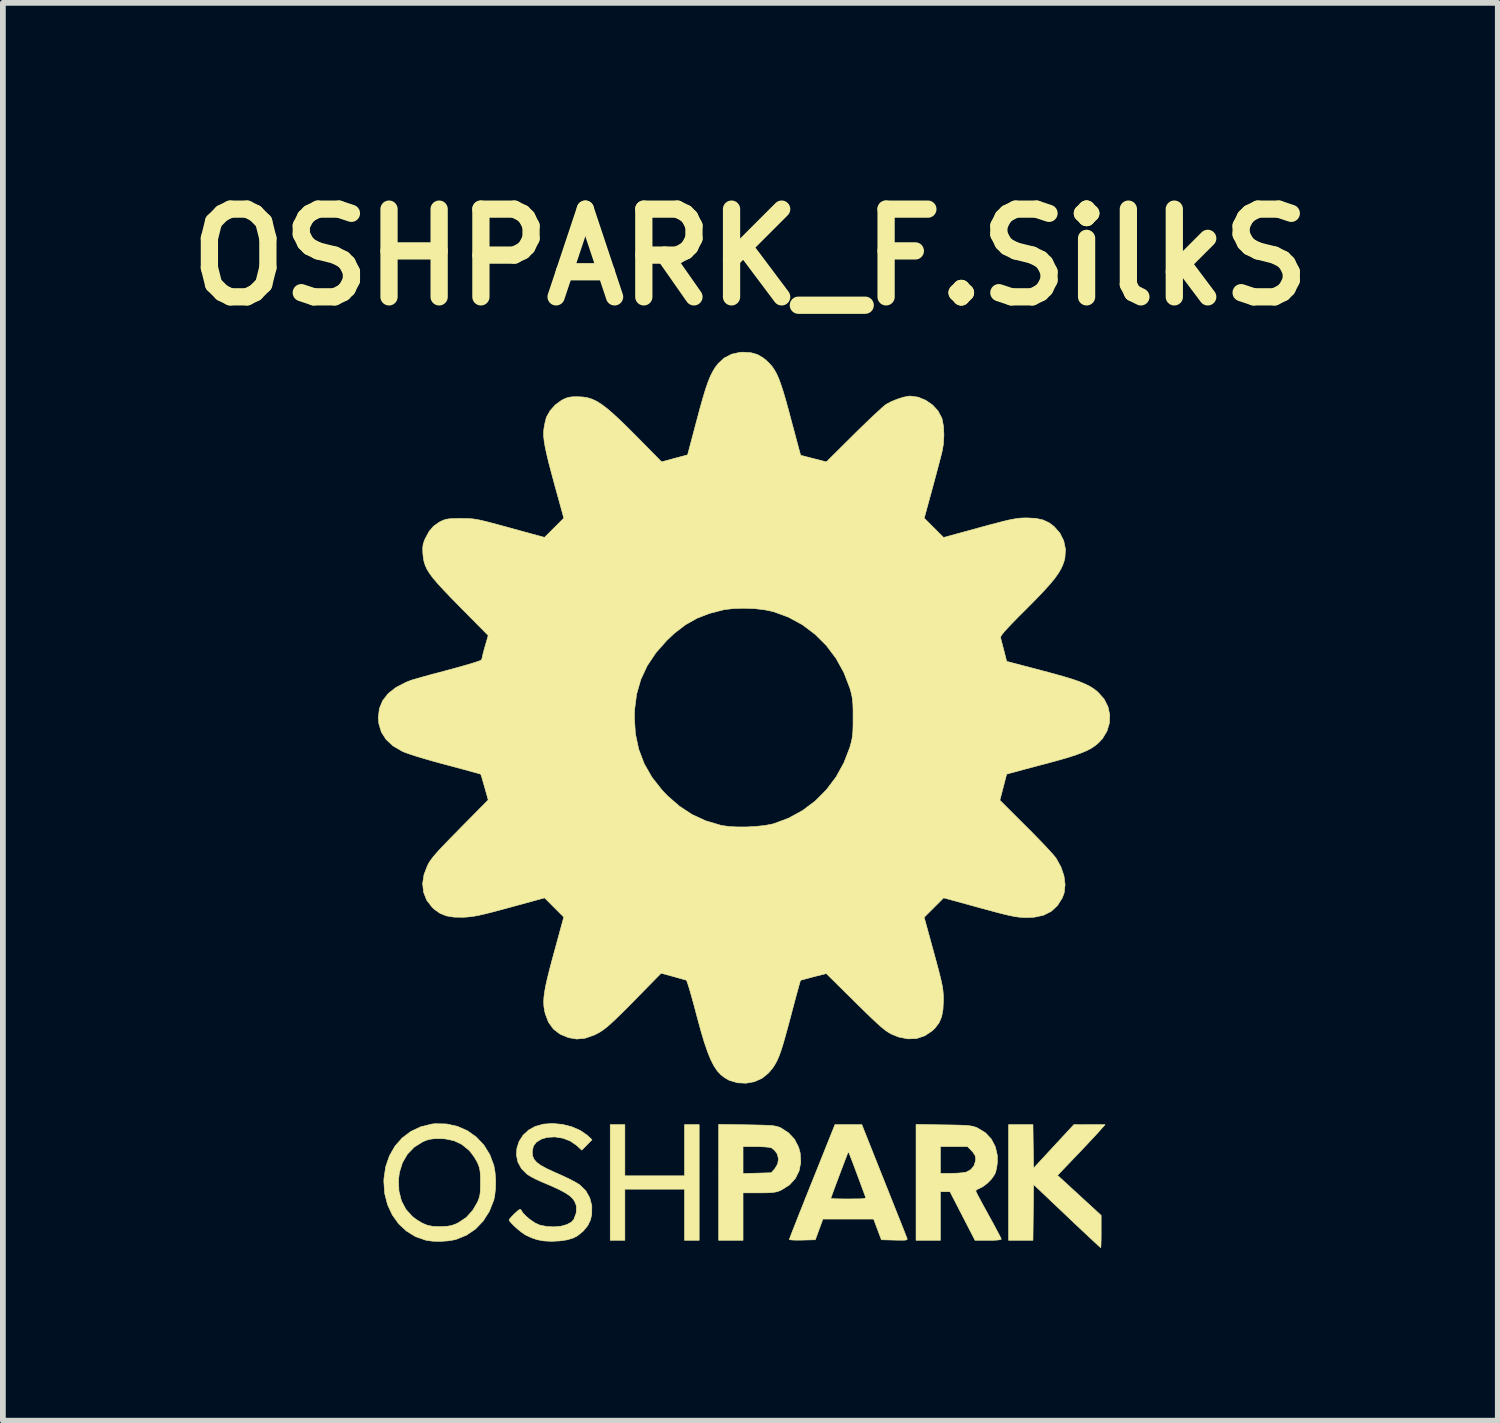
<source format=kicad_pcb>
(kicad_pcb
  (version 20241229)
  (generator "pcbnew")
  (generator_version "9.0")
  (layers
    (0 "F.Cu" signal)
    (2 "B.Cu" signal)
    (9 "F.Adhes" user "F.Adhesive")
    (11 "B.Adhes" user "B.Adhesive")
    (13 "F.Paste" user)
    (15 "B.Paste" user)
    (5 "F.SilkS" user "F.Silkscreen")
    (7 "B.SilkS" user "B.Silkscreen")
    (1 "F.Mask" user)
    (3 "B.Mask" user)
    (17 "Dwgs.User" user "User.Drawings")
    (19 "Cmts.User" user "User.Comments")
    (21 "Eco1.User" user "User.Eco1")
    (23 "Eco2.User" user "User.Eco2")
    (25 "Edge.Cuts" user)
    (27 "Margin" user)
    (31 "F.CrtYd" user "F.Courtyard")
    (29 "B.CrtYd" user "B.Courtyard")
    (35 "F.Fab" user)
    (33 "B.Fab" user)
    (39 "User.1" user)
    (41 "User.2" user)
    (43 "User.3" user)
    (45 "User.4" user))
  (footprint "OSHPARK_F.SilkS"
    (layer "F.Cu")
    (at 9.986 9.038)
    (property "Reference" "OSHPARK_F.SilkS" (at 0 -7.62 0) (layer "F.SilkS") (effects (font (size 1.524 1.524) (thickness 0.3))))
    (attr through_hole)
    (fp_poly (pts (xy -2.18 8.34) (xy -1.143 8.34) (xy -1.143 7.451) (xy -0.889 7.451) (xy -0.889 9.461) (xy -1.143 9.461) (xy -1.143 8.572) (xy -2.18 8.572) (xy -2.18 9.461) (xy -2.434 9.461) (xy -2.434 7.451) (xy -2.18 7.451) (xy -2.18 8.34)) (stroke (width 0.01) (type solid)) (fill yes) (layer "F.SilkS"))
    (fp_poly (pts (xy 4.915 7.829) (xy 4.921 8.207) (xy 5.62 7.452) (xy 5.892 7.451) (xy 6.163 7.451) (xy 6.071 7.555) (xy 6.029 7.602) (xy 5.963 7.673) (xy 5.88 7.762) (xy 5.785 7.863) (xy 5.685 7.968) (xy 5.658 7.996) (xy 5.337 8.332) (xy 5.716 8.68) (xy 6.095 9.028) (xy 6.095 9.308) (xy 6.095 9.411) (xy 6.093 9.498) (xy 6.091 9.559) (xy 6.088 9.587) (xy 6.087 9.588) (xy 6.07 9.574) (xy 6.026 9.534) (xy 5.958 9.471) (xy 5.87 9.389) (xy 5.764 9.29) (xy 5.645 9.178) (xy 5.516 9.056) (xy 5.5 9.04) (xy 4.921 8.491) (xy 4.91 9.461) (xy 4.487 9.461) (xy 4.487 7.451) (xy 4.91 7.451) (xy 4.915 7.829)) (stroke (width 0.01) (type solid)) (fill yes) (layer "F.SilkS"))
    (fp_poly (pts (xy -0.058 7.454) (xy 0.101 7.457) (xy 0.224 7.46) (xy 0.317 7.464) (xy 0.387 7.469) (xy 0.438 7.477) (xy 0.478 7.487) (xy 0.512 7.499) (xy 0.529 7.507) (xy 0.663 7.593) (xy 0.768 7.706) (xy 0.839 7.844) (xy 0.866 7.943) (xy 0.876 8.106) (xy 0.847 8.255) (xy 0.782 8.386) (xy 0.681 8.497) (xy 0.547 8.582) (xy 0.54 8.586) (xy 0.491 8.607) (xy 0.443 8.621) (xy 0.387 8.629) (xy 0.311 8.634) (xy 0.207 8.636) (xy 0.153 8.636) (xy -0.127 8.636) (xy -0.127 9.461) (xy -0.55 9.461) (xy -0.55 7.832) (xy -0.127 7.832) (xy -0.127 8.301) (xy 0.118 8.294) (xy 0.363 8.287) (xy 0.425 8.218) (xy 0.475 8.135) (xy 0.489 8.046) (xy 0.468 7.96) (xy 0.415 7.889) (xy 0.367 7.855) (xy 0.327 7.845) (xy 0.256 7.838) (xy 0.165 7.833) (xy 0.097 7.832) (xy -0.127 7.832) (xy -0.55 7.832) (xy -0.55 7.447) (xy -0.058 7.454)) (stroke (width 0.01) (type solid)) (fill yes) (layer "F.SilkS"))
    (fp_poly (pts (xy 3.36 7.455) (xy 3.517 7.457) (xy 3.638 7.46) (xy 3.729 7.464) (xy 3.797 7.469) (xy 3.848 7.477) (xy 3.889 7.487) (xy 3.927 7.5) (xy 3.952 7.512) (xy 4.085 7.593) (xy 4.187 7.702) (xy 4.256 7.834) (xy 4.291 7.985) (xy 4.292 8.105) (xy 4.281 8.189) (xy 4.264 8.267) (xy 4.247 8.312) (xy 4.193 8.392) (xy 4.119 8.468) (xy 4.039 8.529) (xy 3.987 8.555) (xy 3.94 8.577) (xy 3.916 8.598) (xy 3.916 8.601) (xy 3.926 8.625) (xy 3.953 8.68) (xy 3.996 8.76) (xy 4.05 8.861) (xy 4.113 8.975) (xy 4.138 9.021) (xy 4.203 9.139) (xy 4.261 9.246) (xy 4.308 9.335) (xy 4.342 9.4) (xy 4.359 9.436) (xy 4.36 9.441) (xy 4.34 9.45) (xy 4.285 9.457) (xy 4.2 9.461) (xy 4.132 9.461) (xy 3.904 9.461) (xy 3.686 9.038) (xy 3.468 8.615) (xy 3.302 8.615) (xy 3.302 9.461) (xy 2.879 9.461) (xy 2.879 7.832) (xy 3.302 7.832) (xy 3.302 8.297) (xy 3.487 8.297) (xy 3.583 8.295) (xy 3.673 8.288) (xy 3.741 8.278) (xy 3.753 8.275) (xy 3.832 8.232) (xy 3.888 8.161) (xy 3.915 8.07) (xy 3.916 8.047) (xy 3.904 7.985) (xy 3.864 7.925) (xy 3.844 7.904) (xy 3.772 7.832) (xy 3.302 7.832) (xy 2.879 7.832) (xy 2.879 7.447) (xy 3.36 7.455)) (stroke (width 0.01) (type solid)) (fill yes) (layer "F.SilkS"))
    (fp_poly (pts (xy 1.704 7.451) (xy 1.937 7.451) (xy 2.322 8.419) (xy 2.399 8.612) (xy 2.471 8.793) (xy 2.537 8.959) (xy 2.596 9.106) (xy 2.645 9.23) (xy 2.683 9.327) (xy 2.709 9.393) (xy 2.721 9.424) (xy 2.722 9.425) (xy 2.725 9.442) (xy 2.715 9.452) (xy 2.685 9.458) (xy 2.629 9.459) (xy 2.539 9.458) (xy 2.506 9.457) (xy 2.277 9.451) (xy 2.209 9.271) (xy 2.142 9.091) (xy 1.261 9.091) (xy 1.195 9.271) (xy 1.129 9.451) (xy 0.903 9.457) (xy 0.811 9.458) (xy 0.737 9.456) (xy 0.69 9.451) (xy 0.677 9.446) (xy 0.685 9.424) (xy 0.707 9.366) (xy 0.741 9.277) (xy 0.788 9.159) (xy 0.843 9.018) (xy 0.908 8.856) (xy 0.956 8.734) (xy 1.397 8.734) (xy 1.417 8.737) (xy 1.472 8.739) (xy 1.554 8.741) (xy 1.657 8.742) (xy 1.706 8.742) (xy 1.826 8.741) (xy 1.91 8.74) (xy 1.963 8.736) (xy 1.992 8.73) (xy 2.003 8.721) (xy 2.001 8.707) (xy 2.001 8.705) (xy 1.989 8.674) (xy 1.965 8.61) (xy 1.932 8.521) (xy 1.892 8.412) (xy 1.847 8.292) (xy 1.847 8.292) (xy 1.804 8.175) (xy 1.765 8.073) (xy 1.734 7.993) (xy 1.712 7.94) (xy 1.703 7.921) (xy 1.703 7.921) (xy 1.694 7.942) (xy 1.673 7.995) (xy 1.643 8.073) (xy 1.607 8.169) (xy 1.566 8.276) (xy 1.525 8.386) (xy 1.485 8.492) (xy 1.45 8.587) (xy 1.422 8.664) (xy 1.403 8.716) (xy 1.397 8.734) (xy 0.956 8.734) (xy 0.979 8.677) (xy 1.055 8.486) (xy 1.074 8.44) (xy 1.47 7.451) (xy 1.704 7.451)) (stroke (width 0.01) (type solid)) (fill yes) (layer "F.SilkS"))
    (fp_poly (pts (xy -5.278 7.439) (xy -5.088 7.481) (xy -4.914 7.558) (xy -4.759 7.668) (xy -4.628 7.808) (xy -4.526 7.973) (xy -4.456 8.16) (xy -4.435 8.281) (xy -4.425 8.421) (xy -4.428 8.563) (xy -4.442 8.693) (xy -4.458 8.764) (xy -4.535 8.958) (xy -4.642 9.126) (xy -4.775 9.265) (xy -4.933 9.372) (xy -5.111 9.444) (xy -5.132 9.45) (xy -5.249 9.47) (xy -5.384 9.479) (xy -5.518 9.476) (xy -5.632 9.461) (xy -5.637 9.459) (xy -5.816 9.397) (xy -5.975 9.299) (xy -6.111 9.172) (xy -6.221 9.018) (xy -6.302 8.843) (xy -6.352 8.65) (xy -6.367 8.444) (xy -6.366 8.413) (xy -6.113 8.413) (xy -6.105 8.604) (xy -6.062 8.775) (xy -5.984 8.923) (xy -5.871 9.048) (xy -5.798 9.103) (xy -5.699 9.163) (xy -5.609 9.2) (xy -5.514 9.219) (xy -5.396 9.223) (xy -5.366 9.222) (xy -5.267 9.217) (xy -5.191 9.204) (xy -5.12 9.178) (xy -5.072 9.155) (xy -4.935 9.064) (xy -4.823 8.94) (xy -4.744 8.805) (xy -4.719 8.748) (xy -4.703 8.695) (xy -4.693 8.635) (xy -4.689 8.555) (xy -4.688 8.456) (xy -4.689 8.348) (xy -4.694 8.27) (xy -4.704 8.211) (xy -4.721 8.157) (xy -4.744 8.104) (xy -4.792 8.02) (xy -4.854 7.935) (xy -4.889 7.895) (xy -5.013 7.794) (xy -5.148 7.73) (xy -5.302 7.698) (xy -5.397 7.694) (xy -5.497 7.696) (xy -5.572 7.706) (xy -5.636 7.725) (xy -5.694 7.75) (xy -5.84 7.842) (xy -5.958 7.964) (xy -6.044 8.112) (xy -6.097 8.282) (xy -6.113 8.413) (xy -6.366 8.413) (xy -6.366 8.393) (xy -6.335 8.183) (xy -6.27 7.993) (xy -6.174 7.825) (xy -6.049 7.683) (xy -5.898 7.569) (xy -5.725 7.488) (xy -5.533 7.441) (xy -5.478 7.435) (xy -5.278 7.439)) (stroke (width 0.01) (type solid)) (fill yes) (layer "F.SilkS"))
    (fp_poly (pts (xy -3.266 7.447) (xy -3.103 7.488) (xy -2.955 7.552) (xy -2.832 7.637) (xy -2.82 7.648) (xy -2.751 7.713) (xy -2.84 7.804) (xy -2.928 7.894) (xy -3.018 7.811) (xy -3.127 7.736) (xy -3.257 7.686) (xy -3.396 7.664) (xy -3.531 7.672) (xy -3.633 7.703) (xy -3.72 7.757) (xy -3.77 7.826) (xy -3.789 7.918) (xy -3.789 7.932) (xy -3.782 7.997) (xy -3.758 8.054) (xy -3.712 8.106) (xy -3.641 8.159) (xy -3.539 8.215) (xy -3.402 8.278) (xy -3.36 8.296) (xy -3.247 8.347) (xy -3.138 8.399) (xy -3.045 8.448) (xy -2.978 8.488) (xy -2.964 8.498) (xy -2.86 8.599) (xy -2.79 8.722) (xy -2.754 8.862) (xy -2.756 9.011) (xy -2.777 9.106) (xy -2.825 9.206) (xy -2.904 9.301) (xy -3.002 9.381) (xy -3.074 9.419) (xy -3.18 9.452) (xy -3.311 9.471) (xy -3.453 9.478) (xy -3.59 9.471) (xy -3.704 9.45) (xy -3.791 9.42) (xy -3.879 9.381) (xy -3.914 9.363) (xy -3.97 9.324) (xy -4.035 9.273) (xy -4.097 9.217) (xy -4.15 9.164) (xy -4.184 9.124) (xy -4.191 9.107) (xy -4.177 9.084) (xy -4.14 9.042) (xy -4.093 8.995) (xy -4.037 8.944) (xy -4.003 8.923) (xy -3.986 8.929) (xy -3.985 8.932) (xy -3.952 8.985) (xy -3.892 9.047) (xy -3.816 9.109) (xy -3.737 9.161) (xy -3.664 9.194) (xy -3.659 9.196) (xy -3.535 9.221) (xy -3.409 9.227) (xy -3.29 9.216) (xy -3.187 9.187) (xy -3.108 9.144) (xy -3.066 9.097) (xy -3.024 8.982) (xy -3.021 8.873) (xy -3.027 8.848) (xy -3.049 8.79) (xy -3.085 8.737) (xy -3.139 8.686) (xy -3.216 8.635) (xy -3.32 8.579) (xy -3.455 8.517) (xy -3.627 8.444) (xy -3.718 8.403) (xy -3.806 8.357) (xy -3.873 8.316) (xy -3.881 8.31) (xy -3.976 8.215) (xy -4.037 8.104) (xy -4.063 7.984) (xy -4.056 7.862) (xy -4.018 7.744) (xy -3.948 7.635) (xy -3.85 7.544) (xy -3.737 7.482) (xy -3.594 7.442) (xy -3.434 7.431) (xy -3.266 7.447)) (stroke (width 0.01) (type solid)) (fill yes) (layer "F.SilkS"))
    (fp_poly (pts (xy 0.011 -5.96) (xy 0.122 -5.929) (xy 0.22 -5.872) (xy 0.276 -5.827) (xy 0.328 -5.777) (xy 0.375 -5.725) (xy 0.416 -5.666) (xy 0.455 -5.597) (xy 0.493 -5.513) (xy 0.531 -5.409) (xy 0.573 -5.28) (xy 0.619 -5.124) (xy 0.671 -4.934) (xy 0.721 -4.745) (xy 0.761 -4.598) (xy 0.796 -4.465) (xy 0.827 -4.351) (xy 0.851 -4.262) (xy 0.867 -4.203) (xy 0.874 -4.179) (xy 0.875 -4.179) (xy 0.895 -4.173) (xy 0.949 -4.159) (xy 1.026 -4.139) (xy 1.1 -4.12) (xy 1.321 -4.063) (xy 1.798 -4.537) (xy 1.919 -4.656) (xy 2.035 -4.768) (xy 2.14 -4.868) (xy 2.231 -4.952) (xy 2.302 -5.017) (xy 2.351 -5.057) (xy 2.364 -5.066) (xy 2.452 -5.112) (xy 2.556 -5.154) (xy 2.659 -5.187) (xy 2.749 -5.205) (xy 2.779 -5.207) (xy 2.916 -5.188) (xy 3.047 -5.134) (xy 3.165 -5.053) (xy 3.26 -4.95) (xy 3.323 -4.831) (xy 3.332 -4.806) (xy 3.356 -4.679) (xy 3.363 -4.529) (xy 3.354 -4.374) (xy 3.336 -4.265) (xy 3.323 -4.209) (xy 3.3 -4.12) (xy 3.27 -4.005) (xy 3.234 -3.87) (xy 3.195 -3.724) (xy 3.165 -3.612) (xy 3.021 -3.086) (xy 3.357 -2.75) (xy 3.79 -2.868) (xy 3.996 -2.925) (xy 4.165 -2.971) (xy 4.304 -3.007) (xy 4.416 -3.036) (xy 4.507 -3.057) (xy 4.581 -3.071) (xy 4.643 -3.081) (xy 4.699 -3.087) (xy 4.752 -3.089) (xy 4.806 -3.09) (xy 4.96 -3.082) (xy 5.084 -3.055) (xy 5.189 -3.007) (xy 5.277 -2.941) (xy 5.378 -2.826) (xy 5.445 -2.691) (xy 5.475 -2.545) (xy 5.465 -2.395) (xy 5.453 -2.346) (xy 5.428 -2.272) (xy 5.393 -2.198) (xy 5.346 -2.12) (xy 5.284 -2.034) (xy 5.203 -1.936) (xy 5.101 -1.823) (xy 4.974 -1.689) (xy 4.818 -1.532) (xy 4.791 -1.504) (xy 4.657 -1.371) (xy 4.552 -1.263) (xy 4.472 -1.179) (xy 4.414 -1.115) (xy 4.376 -1.068) (xy 4.354 -1.035) (xy 4.347 -1.014) (xy 4.348 -1.007) (xy 4.358 -0.967) (xy 4.376 -0.899) (xy 4.398 -0.814) (xy 4.407 -0.781) (xy 4.453 -0.598) (xy 5.063 -0.438) (xy 5.276 -0.381) (xy 5.453 -0.331) (xy 5.598 -0.287) (xy 5.716 -0.246) (xy 5.812 -0.206) (xy 5.892 -0.167) (xy 5.96 -0.125) (xy 6.02 -0.079) (xy 6.042 -0.06) (xy 6.146 0.057) (xy 6.213 0.189) (xy 6.244 0.331) (xy 6.238 0.475) (xy 6.196 0.614) (xy 6.118 0.744) (xy 6.05 0.817) (xy 5.994 0.864) (xy 5.931 0.907) (xy 5.858 0.947) (xy 5.768 0.986) (xy 5.658 1.027) (xy 5.522 1.071) (xy 5.356 1.119) (xy 5.155 1.174) (xy 5.069 1.196) (xy 4.916 1.237) (xy 4.776 1.274) (xy 4.655 1.307) (xy 4.558 1.333) (xy 4.49 1.351) (xy 4.457 1.361) (xy 4.454 1.362) (xy 4.448 1.382) (xy 4.434 1.435) (xy 4.414 1.513) (xy 4.394 1.59) (xy 4.335 1.815) (xy 4.789 2.268) (xy 4.907 2.386) (xy 5.018 2.5) (xy 5.119 2.605) (xy 5.203 2.696) (xy 5.268 2.768) (xy 5.307 2.816) (xy 5.313 2.824) (xy 5.397 2.976) (xy 5.449 3.13) (xy 5.468 3.281) (xy 5.453 3.421) (xy 5.419 3.514) (xy 5.333 3.648) (xy 5.225 3.747) (xy 5.093 3.813) (xy 4.935 3.847) (xy 4.826 3.852) (xy 4.764 3.852) (xy 4.707 3.849) (xy 4.65 3.844) (xy 4.586 3.834) (xy 4.511 3.819) (xy 4.419 3.798) (xy 4.305 3.769) (xy 4.164 3.731) (xy 3.989 3.684) (xy 3.896 3.658) (xy 3.358 3.511) (xy 3.02 3.849) (xy 3.187 4.459) (xy 3.235 4.635) (xy 3.273 4.777) (xy 3.301 4.889) (xy 3.322 4.979) (xy 3.337 5.053) (xy 3.346 5.115) (xy 3.351 5.173) (xy 3.354 5.233) (xy 3.354 5.292) (xy 3.347 5.45) (xy 3.323 5.577) (xy 3.279 5.681) (xy 3.211 5.771) (xy 3.162 5.819) (xy 3.033 5.906) (xy 2.891 5.954) (xy 2.739 5.961) (xy 2.578 5.929) (xy 2.461 5.882) (xy 2.417 5.859) (xy 2.373 5.831) (xy 2.323 5.794) (xy 2.265 5.746) (xy 2.194 5.682) (xy 2.106 5.6) (xy 1.998 5.495) (xy 1.865 5.365) (xy 1.819 5.319) (xy 1.32 4.826) (xy 1.099 4.882) (xy 1.009 4.906) (xy 0.935 4.926) (xy 0.887 4.939) (xy 0.872 4.944) (xy 0.865 4.965) (xy 0.849 5.021) (xy 0.825 5.108) (xy 0.794 5.221) (xy 0.759 5.354) (xy 0.719 5.502) (xy 0.71 5.538) (xy 0.654 5.748) (xy 0.606 5.922) (xy 0.565 6.065) (xy 0.528 6.18) (xy 0.493 6.274) (xy 0.459 6.35) (xy 0.424 6.413) (xy 0.387 6.469) (xy 0.344 6.521) (xy 0.31 6.559) (xy 0.201 6.647) (xy 0.07 6.705) (xy -0.074 6.731) (xy -0.22 6.724) (xy -0.36 6.683) (xy -0.376 6.676) (xy -0.45 6.633) (xy -0.517 6.58) (xy -0.578 6.512) (xy -0.635 6.426) (xy -0.69 6.317) (xy -0.744 6.183) (xy -0.8 6.019) (xy -0.859 5.821) (xy -0.923 5.587) (xy -0.936 5.538) (xy -0.976 5.386) (xy -1.014 5.249) (xy -1.047 5.131) (xy -1.076 5.037) (xy -1.097 4.973) (xy -1.11 4.943) (xy -1.111 4.941) (xy -1.14 4.933) (xy -1.199 4.917) (xy -1.28 4.894) (xy -1.341 4.877) (xy -1.55 4.82) (xy -1.976 5.254) (xy -2.122 5.403) (xy -2.244 5.524) (xy -2.344 5.621) (xy -2.427 5.698) (xy -2.496 5.758) (xy -2.557 5.805) (xy -2.613 5.842) (xy -2.667 5.872) (xy -2.714 5.895) (xy -2.869 5.949) (xy -3.015 5.964) (xy -3.157 5.94) (xy -3.305 5.879) (xy -3.422 5.789) (xy -3.508 5.669) (xy -3.564 5.521) (xy -3.577 5.459) (xy -3.587 5.391) (xy -3.59 5.322) (xy -3.587 5.245) (xy -3.576 5.157) (xy -3.558 5.052) (xy -3.53 4.925) (xy -3.492 4.771) (xy -3.443 4.585) (xy -3.399 4.423) (xy -3.241 3.845) (xy -3.575 3.511) (xy -4.174 3.675) (xy -4.355 3.724) (xy -4.502 3.763) (xy -4.62 3.792) (xy -4.716 3.814) (xy -4.796 3.829) (xy -4.867 3.839) (xy -4.934 3.845) (xy -4.985 3.848) (xy -5.148 3.846) (xy -5.281 3.824) (xy -5.392 3.779) (xy -5.491 3.709) (xy -5.53 3.672) (xy -5.623 3.55) (xy -5.677 3.412) (xy -5.693 3.263) (xy -5.669 3.106) (xy -5.609 2.95) (xy -5.585 2.905) (xy -5.555 2.859) (xy -5.516 2.807) (xy -5.465 2.746) (xy -5.399 2.672) (xy -5.312 2.581) (xy -5.203 2.468) (xy -5.068 2.331) (xy -5.045 2.307) (xy -4.554 1.81) (xy -4.616 1.589) (xy -4.642 1.499) (xy -4.663 1.425) (xy -4.679 1.377) (xy -4.684 1.362) (xy -4.706 1.355) (xy -4.763 1.339) (xy -4.851 1.315) (xy -4.964 1.284) (xy -5.098 1.248) (xy -5.247 1.208) (xy -5.293 1.196) (xy -5.482 1.145) (xy -5.653 1.096) (xy -5.803 1.051) (xy -5.925 1.011) (xy -6.014 0.979) (xy -6.046 0.965) (xy -6.206 0.872) (xy -6.327 0.761) (xy -6.409 0.633) (xy -6.454 0.486) (xy -6.463 0.381) (xy -2.015 0.381) (xy -1.996 0.665) (xy -1.939 0.931) (xy -1.844 1.181) (xy -1.709 1.417) (xy -1.534 1.639) (xy -1.442 1.736) (xy -1.232 1.919) (xy -1.011 2.064) (xy -0.773 2.173) (xy -0.513 2.25) (xy -0.487 2.255) (xy -0.369 2.272) (xy -0.224 2.279) (xy -0.064 2.279) (xy 0.098 2.27) (xy 0.249 2.254) (xy 0.374 2.231) (xy 0.402 2.224) (xy 0.664 2.127) (xy 0.907 1.994) (xy 1.128 1.828) (xy 1.323 1.632) (xy 1.491 1.409) (xy 1.627 1.162) (xy 1.728 0.899) (xy 1.75 0.82) (xy 1.766 0.753) (xy 1.776 0.684) (xy 1.782 0.605) (xy 1.785 0.503) (xy 1.785 0.381) (xy 1.785 0.25) (xy 1.782 0.151) (xy 1.776 0.073) (xy 1.765 0.005) (xy 1.749 -0.064) (xy 1.728 -0.137) (xy 1.625 -0.404) (xy 1.489 -0.65) (xy 1.321 -0.873) (xy 1.125 -1.068) (xy 0.905 -1.234) (xy 0.662 -1.366) (xy 0.402 -1.461) (xy 0.253 -1.493) (xy 0.078 -1.514) (xy -0.107 -1.521) (xy -0.286 -1.516) (xy -0.443 -1.498) (xy -0.464 -1.494) (xy -0.71 -1.431) (xy -0.928 -1.346) (xy -1.128 -1.233) (xy -1.318 -1.087) (xy -1.45 -0.963) (xy -1.641 -0.747) (xy -1.792 -0.521) (xy -1.903 -0.282) (xy -1.976 -0.028) (xy -2.011 0.244) (xy -2.015 0.381) (xy -6.463 0.381) (xy -6.463 0.38) (xy -6.445 0.224) (xy -6.388 0.085) (xy -6.292 -0.038) (xy -6.157 -0.144) (xy -5.983 -0.234) (xy -5.897 -0.268) (xy -5.854 -0.281) (xy -5.776 -0.304) (xy -5.67 -0.334) (xy -5.542 -0.369) (xy -5.398 -0.407) (xy -5.25 -0.447) (xy -5.102 -0.487) (xy -4.968 -0.525) (xy -4.852 -0.558) (xy -4.761 -0.587) (xy -4.7 -0.608) (xy -4.674 -0.62) (xy -4.673 -0.621) (xy -4.658 -0.66) (xy -4.657 -0.67) (xy -4.651 -0.7) (xy -4.636 -0.76) (xy -4.615 -0.838) (xy -4.605 -0.871) (xy -4.554 -1.048) (xy -5.045 -1.545) (xy -5.201 -1.704) (xy -5.328 -1.837) (xy -5.431 -1.949) (xy -5.512 -2.044) (xy -5.573 -2.126) (xy -5.618 -2.199) (xy -5.649 -2.267) (xy -5.67 -2.334) (xy -5.682 -2.404) (xy -5.689 -2.473) (xy -5.692 -2.562) (xy -5.685 -2.629) (xy -5.664 -2.694) (xy -5.647 -2.733) (xy -5.581 -2.855) (xy -5.505 -2.945) (xy -5.411 -3.012) (xy -5.384 -3.027) (xy -5.335 -3.05) (xy -5.289 -3.065) (xy -5.234 -3.074) (xy -5.16 -3.078) (xy -5.056 -3.08) (xy -5.027 -3.08) (xy -4.953 -3.079) (xy -4.89 -3.078) (xy -4.831 -3.074) (xy -4.771 -3.066) (xy -4.702 -3.053) (xy -4.619 -3.034) (xy -4.516 -3.008) (xy -4.386 -2.973) (xy -4.223 -2.929) (xy -4.174 -2.915) (xy -3.576 -2.751) (xy -3.408 -2.918) (xy -3.24 -3.086) (xy -3.399 -3.661) (xy -3.456 -3.874) (xy -3.503 -4.051) (xy -3.538 -4.198) (xy -3.564 -4.318) (xy -3.581 -4.417) (xy -3.59 -4.499) (xy -3.592 -4.569) (xy -3.587 -4.633) (xy -3.581 -4.672) (xy -3.566 -4.749) (xy -3.549 -4.817) (xy -3.539 -4.847) (xy -3.477 -4.955) (xy -3.387 -5.055) (xy -3.28 -5.133) (xy -3.279 -5.133) (xy -3.214 -5.166) (xy -3.157 -5.185) (xy -3.093 -5.194) (xy -3.003 -5.195) (xy -2.995 -5.195) (xy -2.911 -5.191) (xy -2.832 -5.179) (xy -2.754 -5.155) (xy -2.674 -5.118) (xy -2.588 -5.065) (xy -2.492 -4.993) (xy -2.383 -4.899) (xy -2.257 -4.782) (xy -2.109 -4.638) (xy -1.94 -4.468) (xy -1.542 -4.064) (xy -1.316 -4.125) (xy -1.09 -4.185) (xy -0.927 -4.8) (xy -0.87 -5.012) (xy -0.82 -5.188) (xy -0.776 -5.333) (xy -0.735 -5.451) (xy -0.696 -5.548) (xy -0.656 -5.628) (xy -0.615 -5.697) (xy -0.569 -5.759) (xy -0.559 -5.771) (xy -0.453 -5.868) (xy -0.323 -5.935) (xy -0.178 -5.967) (xy -0.125 -5.969) (xy 0.011 -5.96)) (stroke (width 0.01) (type solid)) (fill yes) (layer "F.SilkS")))
  (gr_rect
    (start -3 -3)
    (end 22.972 21.632)
    (stroke (width 0.1) (type default))
    (fill no)
    (layer "Edge.Cuts")))
</source>
